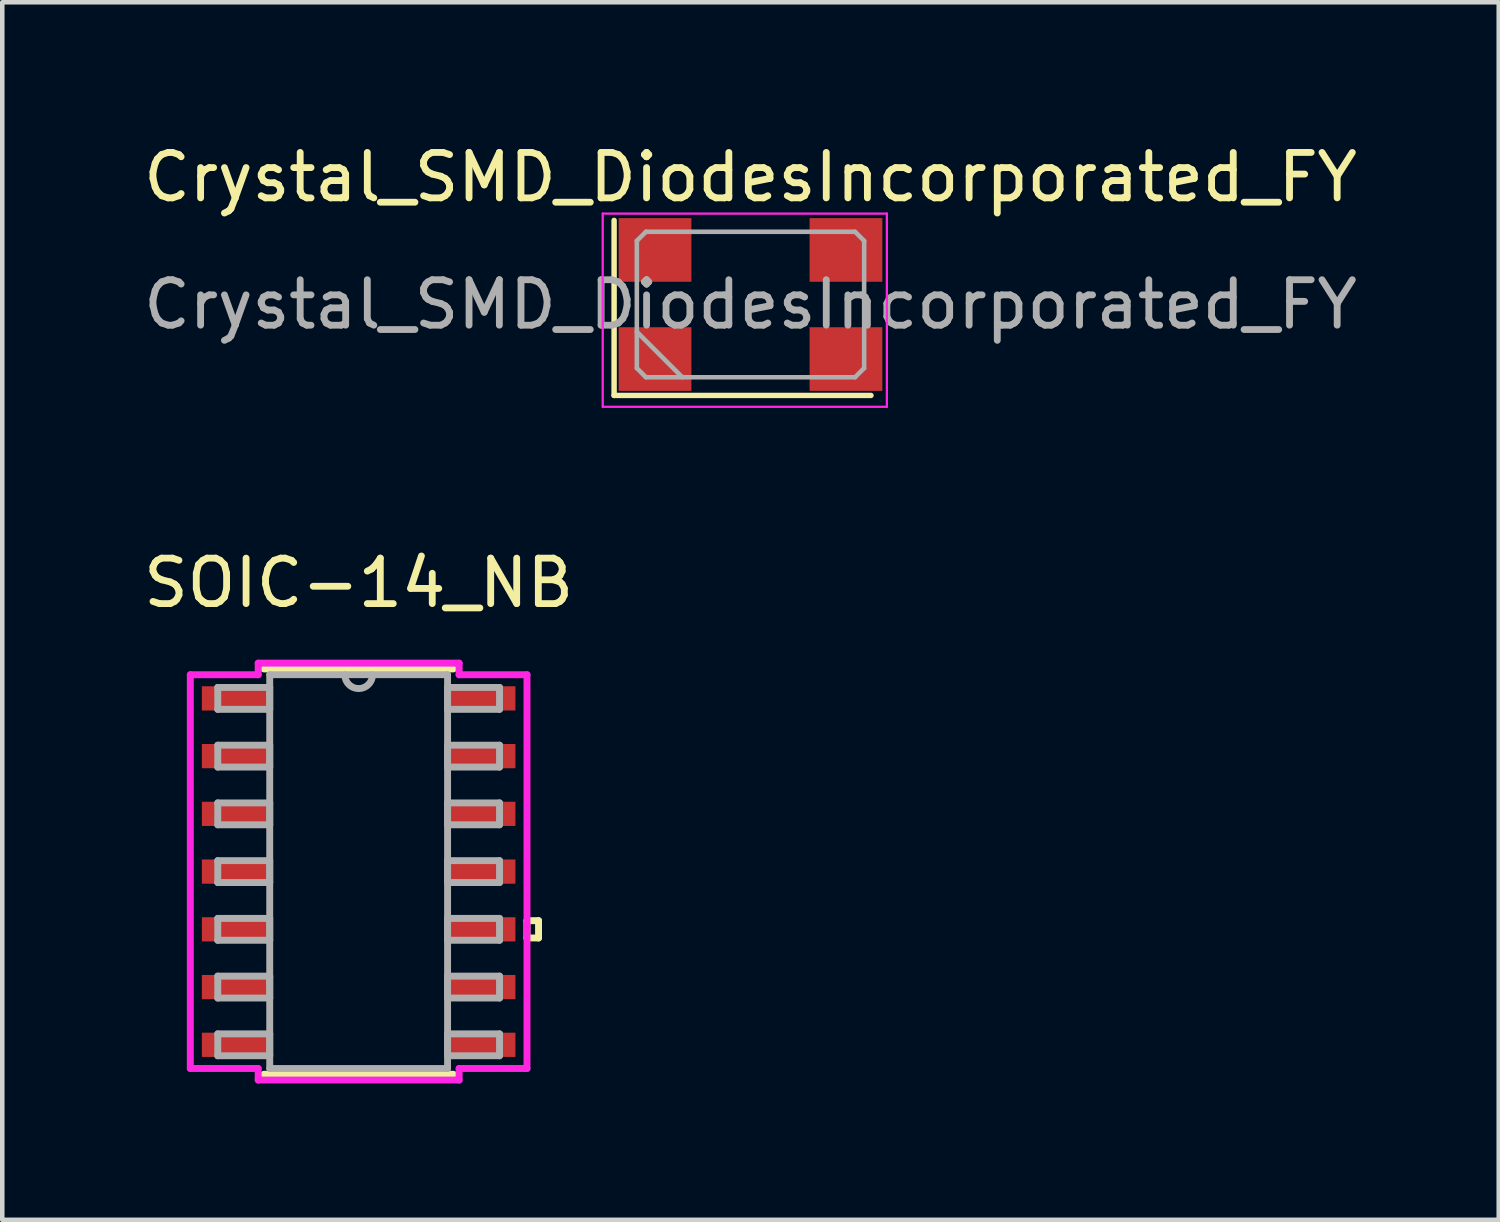
<source format=kicad_pcb>
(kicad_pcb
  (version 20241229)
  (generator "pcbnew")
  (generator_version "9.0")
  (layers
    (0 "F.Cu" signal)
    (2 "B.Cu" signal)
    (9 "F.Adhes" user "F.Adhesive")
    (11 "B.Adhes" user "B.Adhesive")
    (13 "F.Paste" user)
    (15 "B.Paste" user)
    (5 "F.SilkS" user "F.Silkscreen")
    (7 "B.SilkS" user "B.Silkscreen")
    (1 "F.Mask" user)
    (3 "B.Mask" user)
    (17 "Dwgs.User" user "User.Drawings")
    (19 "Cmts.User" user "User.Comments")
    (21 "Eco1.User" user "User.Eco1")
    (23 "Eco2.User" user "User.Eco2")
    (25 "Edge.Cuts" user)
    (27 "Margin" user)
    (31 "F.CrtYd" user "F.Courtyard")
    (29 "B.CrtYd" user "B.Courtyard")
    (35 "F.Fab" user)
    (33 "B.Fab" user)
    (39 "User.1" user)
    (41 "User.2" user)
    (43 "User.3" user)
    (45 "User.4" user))
  (footprint "Crystal_SMD_DiodesIncorporated_FY"
    (layer "F.Cu")
    (at 13.458 3.648)
    (property "Reference" "Crystal_SMD_DiodesIncorporated_FY" (at 0 -2.8 0) (layer "F.SilkS") (effects (font (size 1 1) (thickness 0.15))))
    (attr smd)
    (fp_line (start -3 -1.85) (end -3 2) (stroke (width 0.12) (type solid)) (layer "F.SilkS"))
    (fp_line (start -3 2) (end 2.65 2) (stroke (width 0.12) (type solid)) (layer "F.SilkS"))
    (fp_line (start -3.25 -2) (end -3.25 2.25) (stroke (width 0.05) (type solid)) (layer "F.CrtYd"))
    (fp_line (start -3.25 2.25) (end 3 2.25) (stroke (width 0.05) (type solid)) (layer "F.CrtYd"))
    (fp_line (start 3 -2) (end -3.25 -2) (stroke (width 0.05) (type solid)) (layer "F.CrtYd"))
    (fp_line (start 3 2.25) (end 3 -2) (stroke (width 0.05) (type solid)) (layer "F.CrtYd"))
    (fp_line (start -2.5 -1.4) (end -2.3 -1.6) (stroke (width 0.1) (type solid)) (layer "F.Fab"))
    (fp_line (start -2.5 0.6) (end -1.5 1.6) (stroke (width 0.1) (type solid)) (layer "F.Fab"))
    (fp_line (start -2.5 1.4) (end -2.5 -1.4) (stroke (width 0.1) (type solid)) (layer "F.Fab"))
    (fp_line (start -2.3 -1.6) (end 2.3 -1.6) (stroke (width 0.1) (type solid)) (layer "F.Fab"))
    (fp_line (start -2.3 1.6) (end -2.5 1.4) (stroke (width 0.1) (type solid)) (layer "F.Fab"))
    (fp_line (start 2.3 -1.6) (end 2.5 -1.4) (stroke (width 0.1) (type solid)) (layer "F.Fab"))
    (fp_line (start 2.3 1.6) (end -2.3 1.6) (stroke (width 0.1) (type solid)) (layer "F.Fab"))
    (fp_line (start 2.5 -1.4) (end 2.5 1.4) (stroke (width 0.1) (type solid)) (layer "F.Fab"))
    (fp_line (start 2.5 1.4) (end 2.3 1.6) (stroke (width 0.1) (type solid)) (layer "F.Fab"))
    (fp_text user "${REFERENCE}" (at 0 0 0) (layer "F.Fab") (effects (font (size 1 1) (thickness 0.15))))
    (pad "1" smd rect (at -2.1 1.2) (size 1.6 1.4) (layers "F.Cu" "F.Mask" "F.Paste"))
    (pad "2" smd rect (at 2.1 1.2) (size 1.6 1.4) (layers "F.Cu" "F.Mask" "F.Paste"))
    (pad "3" smd rect (at 2.1 -1.2) (size 1.6 1.4) (layers "F.Cu" "F.Mask" "F.Paste"))
    (pad "4" smd rect (at -2.1 -1.2) (size 1.6 1.4) (layers "F.Cu" "F.Mask" "F.Paste")))
  (footprint "SOIC-14_NB"
    (layer "F.Cu")
    (at 4.839 16.122)
    (property "Reference" "SOIC-14_NB" (at 0 -6.35 0) (layer "F.SilkS") (effects (font (size 1 1) (thickness 0.15))))
    (attr through_hole)
    (fp_line (start -2.083 4.458) (end 2.083 4.458) (stroke (width 0.152) (type solid)) (layer "F.SilkS"))
    (fp_line (start 2.083 -4.458) (end -2.083 -4.458) (stroke (width 0.152) (type solid)) (layer "F.SilkS"))
    (fp_line (start 3.703 1.079) (end 3.957 1.079) (stroke (width 0.152) (type solid)) (layer "F.SilkS"))
    (fp_line (start 3.703 1.46) (end 3.703 1.079) (stroke (width 0.152) (type solid)) (layer "F.SilkS"))
    (fp_line (start 3.957 1.079) (end 3.957 1.46) (stroke (width 0.152) (type solid)) (layer "F.SilkS"))
    (fp_line (start 3.957 1.46) (end 3.703 1.46) (stroke (width 0.152) (type solid)) (layer "F.SilkS"))
    (fp_line (start -3.703 -4.33) (end -2.21 -4.33) (stroke (width 0.152) (type solid)) (layer "F.CrtYd"))
    (fp_line (start -3.703 4.33) (end -3.703 -4.33) (stroke (width 0.152) (type solid)) (layer "F.CrtYd"))
    (fp_line (start -2.21 -4.585) (end 2.21 -4.585) (stroke (width 0.152) (type solid)) (layer "F.CrtYd"))
    (fp_line (start -2.21 -4.33) (end -2.21 -4.585) (stroke (width 0.152) (type solid)) (layer "F.CrtYd"))
    (fp_line (start -2.21 4.33) (end -3.703 4.33) (stroke (width 0.152) (type solid)) (layer "F.CrtYd"))
    (fp_line (start -2.21 4.585) (end -2.21 4.33) (stroke (width 0.152) (type solid)) (layer "F.CrtYd"))
    (fp_line (start 2.21 -4.585) (end 2.21 -4.33) (stroke (width 0.152) (type solid)) (layer "F.CrtYd"))
    (fp_line (start 2.21 -4.33) (end 3.703 -4.33) (stroke (width 0.152) (type solid)) (layer "F.CrtYd"))
    (fp_line (start 2.21 4.33) (end 2.21 4.585) (stroke (width 0.152) (type solid)) (layer "F.CrtYd"))
    (fp_line (start 2.21 4.585) (end -2.21 4.585) (stroke (width 0.152) (type solid)) (layer "F.CrtYd"))
    (fp_line (start 3.703 -4.33) (end 3.703 4.33) (stroke (width 0.152) (type solid)) (layer "F.CrtYd"))
    (fp_line (start 3.703 4.33) (end 2.21 4.33) (stroke (width 0.152) (type solid)) (layer "F.CrtYd"))
    (fp_line (start -3.099 -4.051) (end -3.099 -3.569) (stroke (width 0.152) (type solid)) (layer "F.Fab"))
    (fp_line (start -3.099 -3.569) (end -1.956 -3.569) (stroke (width 0.152) (type solid)) (layer "F.Fab"))
    (fp_line (start -3.099 -2.781) (end -3.099 -2.299) (stroke (width 0.152) (type solid)) (layer "F.Fab"))
    (fp_line (start -3.099 -2.299) (end -1.956 -2.299) (stroke (width 0.152) (type solid)) (layer "F.Fab"))
    (fp_line (start -3.099 -1.511) (end -3.099 -1.029) (stroke (width 0.152) (type solid)) (layer "F.Fab"))
    (fp_line (start -3.099 -1.029) (end -1.956 -1.029) (stroke (width 0.152) (type solid)) (layer "F.Fab"))
    (fp_line (start -3.099 -0.241) (end -3.099 0.241) (stroke (width 0.152) (type solid)) (layer "F.Fab"))
    (fp_line (start -3.099 0.241) (end -1.956 0.241) (stroke (width 0.152) (type solid)) (layer "F.Fab"))
    (fp_line (start -3.099 1.029) (end -3.099 1.511) (stroke (width 0.152) (type solid)) (layer "F.Fab"))
    (fp_line (start -3.099 1.511) (end -1.956 1.511) (stroke (width 0.152) (type solid)) (layer "F.Fab"))
    (fp_line (start -3.099 2.299) (end -3.099 2.781) (stroke (width 0.152) (type solid)) (layer "F.Fab"))
    (fp_line (start -3.099 2.781) (end -1.956 2.781) (stroke (width 0.152) (type solid)) (layer "F.Fab"))
    (fp_line (start -3.099 3.569) (end -3.099 4.051) (stroke (width 0.152) (type solid)) (layer "F.Fab"))
    (fp_line (start -3.099 4.051) (end -1.956 4.051) (stroke (width 0.152) (type solid)) (layer "F.Fab"))
    (fp_line (start -1.956 -4.331) (end -1.956 4.331) (stroke (width 0.152) (type solid)) (layer "F.Fab"))
    (fp_line (start -1.956 -4.051) (end -3.099 -4.051) (stroke (width 0.152) (type solid)) (layer "F.Fab"))
    (fp_line (start -1.956 -3.569) (end -1.956 -4.051) (stroke (width 0.152) (type solid)) (layer "F.Fab"))
    (fp_line (start -1.956 -2.781) (end -3.099 -2.781) (stroke (width 0.152) (type solid)) (layer "F.Fab"))
    (fp_line (start -1.956 -2.299) (end -1.956 -2.781) (stroke (width 0.152) (type solid)) (layer "F.Fab"))
    (fp_line (start -1.956 -1.511) (end -3.099 -1.511) (stroke (width 0.152) (type solid)) (layer "F.Fab"))
    (fp_line (start -1.956 -1.029) (end -1.956 -1.511) (stroke (width 0.152) (type solid)) (layer "F.Fab"))
    (fp_line (start -1.956 -0.241) (end -3.099 -0.241) (stroke (width 0.152) (type solid)) (layer "F.Fab"))
    (fp_line (start -1.956 0.241) (end -1.956 -0.241) (stroke (width 0.152) (type solid)) (layer "F.Fab"))
    (fp_line (start -1.956 1.029) (end -3.099 1.029) (stroke (width 0.152) (type solid)) (layer "F.Fab"))
    (fp_line (start -1.956 1.511) (end -1.956 1.029) (stroke (width 0.152) (type solid)) (layer "F.Fab"))
    (fp_line (start -1.956 2.299) (end -3.099 2.299) (stroke (width 0.152) (type solid)) (layer "F.Fab"))
    (fp_line (start -1.956 2.781) (end -1.956 2.299) (stroke (width 0.152) (type solid)) (layer "F.Fab"))
    (fp_line (start -1.956 3.569) (end -3.099 3.569) (stroke (width 0.152) (type solid)) (layer "F.Fab"))
    (fp_line (start -1.956 4.051) (end -1.956 3.569) (stroke (width 0.152) (type solid)) (layer "F.Fab"))
    (fp_line (start -1.956 4.331) (end 1.956 4.331) (stroke (width 0.152) (type solid)) (layer "F.Fab"))
    (fp_line (start 1.956 -4.331) (end -1.956 -4.331) (stroke (width 0.152) (type solid)) (layer "F.Fab"))
    (fp_line (start 1.956 -4.051) (end 1.956 -3.569) (stroke (width 0.152) (type solid)) (layer "F.Fab"))
    (fp_line (start 1.956 -3.569) (end 3.099 -3.569) (stroke (width 0.152) (type solid)) (layer "F.Fab"))
    (fp_line (start 1.956 -2.781) (end 1.956 -2.299) (stroke (width 0.152) (type solid)) (layer "F.Fab"))
    (fp_line (start 1.956 -2.299) (end 3.099 -2.299) (stroke (width 0.152) (type solid)) (layer "F.Fab"))
    (fp_line (start 1.956 -1.511) (end 1.956 -1.029) (stroke (width 0.152) (type solid)) (layer "F.Fab"))
    (fp_line (start 1.956 -1.029) (end 3.099 -1.029) (stroke (width 0.152) (type solid)) (layer "F.Fab"))
    (fp_line (start 1.956 -0.241) (end 1.956 0.241) (stroke (width 0.152) (type solid)) (layer "F.Fab"))
    (fp_line (start 1.956 0.241) (end 3.099 0.241) (stroke (width 0.152) (type solid)) (layer "F.Fab"))
    (fp_line (start 1.956 1.029) (end 1.956 1.511) (stroke (width 0.152) (type solid)) (layer "F.Fab"))
    (fp_line (start 1.956 1.511) (end 3.099 1.511) (stroke (width 0.152) (type solid)) (layer "F.Fab"))
    (fp_line (start 1.956 2.299) (end 1.956 2.781) (stroke (width 0.152) (type solid)) (layer "F.Fab"))
    (fp_line (start 1.956 2.781) (end 3.099 2.781) (stroke (width 0.152) (type solid)) (layer "F.Fab"))
    (fp_line (start 1.956 3.569) (end 1.956 4.051) (stroke (width 0.152) (type solid)) (layer "F.Fab"))
    (fp_line (start 1.956 4.051) (end 3.099 4.051) (stroke (width 0.152) (type solid)) (layer "F.Fab"))
    (fp_line (start 1.956 4.331) (end 1.956 -4.331) (stroke (width 0.152) (type solid)) (layer "F.Fab"))
    (fp_line (start 3.099 -4.051) (end 1.956 -4.051) (stroke (width 0.152) (type solid)) (layer "F.Fab"))
    (fp_line (start 3.099 -3.569) (end 3.099 -4.051) (stroke (width 0.152) (type solid)) (layer "F.Fab"))
    (fp_line (start 3.099 -2.781) (end 1.956 -2.781) (stroke (width 0.152) (type solid)) (layer "F.Fab"))
    (fp_line (start 3.099 -2.299) (end 3.099 -2.781) (stroke (width 0.152) (type solid)) (layer "F.Fab"))
    (fp_line (start 3.099 -1.511) (end 1.956 -1.511) (stroke (width 0.152) (type solid)) (layer "F.Fab"))
    (fp_line (start 3.099 -1.029) (end 3.099 -1.511) (stroke (width 0.152) (type solid)) (layer "F.Fab"))
    (fp_line (start 3.099 -0.241) (end 1.956 -0.241) (stroke (width 0.152) (type solid)) (layer "F.Fab"))
    (fp_line (start 3.099 0.241) (end 3.099 -0.241) (stroke (width 0.152) (type solid)) (layer "F.Fab"))
    (fp_line (start 3.099 1.029) (end 1.956 1.029) (stroke (width 0.152) (type solid)) (layer "F.Fab"))
    (fp_line (start 3.099 1.511) (end 3.099 1.029) (stroke (width 0.152) (type solid)) (layer "F.Fab"))
    (fp_line (start 3.099 2.299) (end 1.956 2.299) (stroke (width 0.152) (type solid)) (layer "F.Fab"))
    (fp_line (start 3.099 2.781) (end 3.099 2.299) (stroke (width 0.152) (type solid)) (layer "F.Fab"))
    (fp_line (start 3.099 3.569) (end 1.956 3.569) (stroke (width 0.152) (type solid)) (layer "F.Fab"))
    (fp_line (start 3.099 4.051) (end 3.099 3.569) (stroke (width 0.152) (type solid)) (layer "F.Fab"))
    (fp_arc (start 0.3048 -4.3307) (mid 0 -4.0259) (end -0.3048 -4.3307) (stroke (width 0.1524) (type solid)) (layer "F.Fab"))
    (pad "1" smd rect (at -2.702 -3.81) (size 1.493 0.533) (layers "F.Cu" "F.Mask" "F.Paste"))
    (pad "2" smd rect (at -2.702 -2.54) (size 1.493 0.533) (layers "F.Cu" "F.Mask" "F.Paste"))
    (pad "3" smd rect (at -2.702 -1.27) (size 1.493 0.533) (layers "F.Cu" "F.Mask" "F.Paste"))
    (pad "4" smd rect (at -2.702 0) (size 1.493 0.533) (layers "F.Cu" "F.Mask" "F.Paste"))
    (pad "5" smd rect (at -2.702 1.27) (size 1.493 0.533) (layers "F.Cu" "F.Mask" "F.Paste"))
    (pad "6" smd rect (at -2.702 2.54) (size 1.493 0.533) (layers "F.Cu" "F.Mask" "F.Paste"))
    (pad "7" smd rect (at -2.702 3.81) (size 1.493 0.533) (layers "F.Cu" "F.Mask" "F.Paste"))
    (pad "8" smd rect (at 2.702 3.81) (size 1.493 0.533) (layers "F.Cu" "F.Mask" "F.Paste"))
    (pad "9" smd rect (at 2.702 2.54) (size 1.493 0.533) (layers "F.Cu" "F.Mask" "F.Paste"))
    (pad "10" smd rect (at 2.702 1.27) (size 1.493 0.533) (layers "F.Cu" "F.Mask" "F.Paste"))
    (pad "11" smd rect (at 2.702 0) (size 1.493 0.533) (layers "F.Cu" "F.Mask" "F.Paste"))
    (pad "12" smd rect (at 2.702 -1.27) (size 1.493 0.533) (layers "F.Cu" "F.Mask" "F.Paste"))
    (pad "13" smd rect (at 2.702 -2.54) (size 1.493 0.533) (layers "F.Cu" "F.Mask" "F.Paste"))
    (pad "14" smd rect (at 2.702 -3.81) (size 1.493 0.533) (layers "F.Cu" "F.Mask" "F.Paste")))
  (gr_rect
    (start -3 -3)
    (end 29.917 23.782)
    (stroke (width 0.1) (type default))
    (fill no)
    (layer "Edge.Cuts")))
</source>
